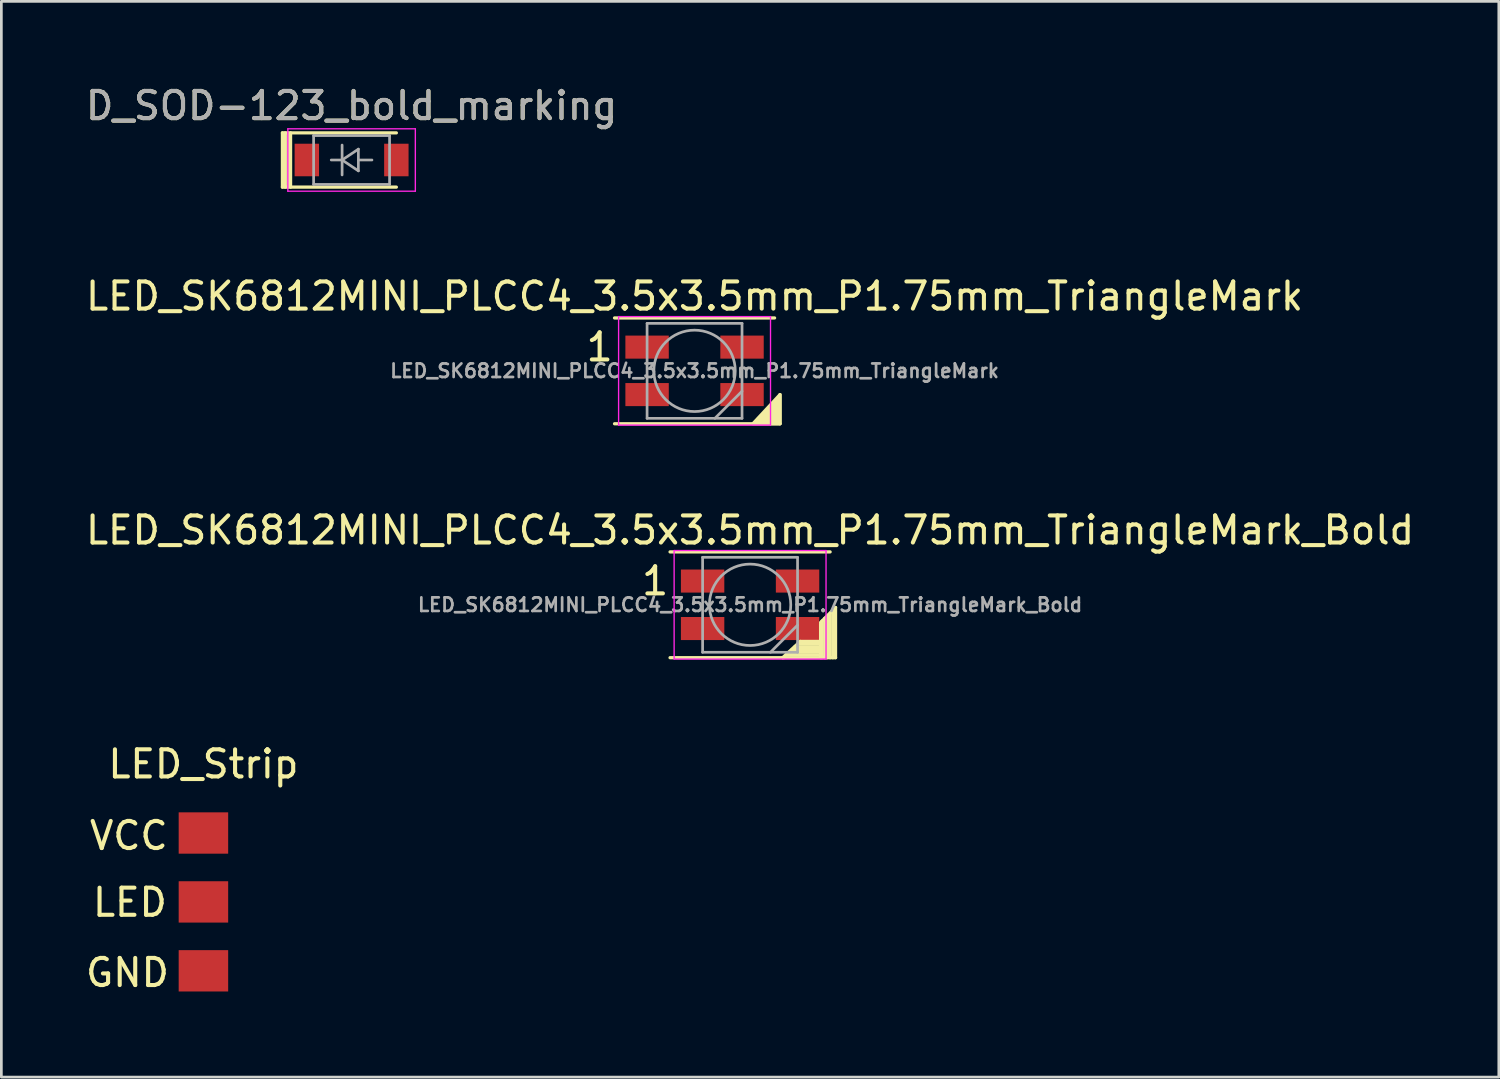
<source format=kicad_pcb>
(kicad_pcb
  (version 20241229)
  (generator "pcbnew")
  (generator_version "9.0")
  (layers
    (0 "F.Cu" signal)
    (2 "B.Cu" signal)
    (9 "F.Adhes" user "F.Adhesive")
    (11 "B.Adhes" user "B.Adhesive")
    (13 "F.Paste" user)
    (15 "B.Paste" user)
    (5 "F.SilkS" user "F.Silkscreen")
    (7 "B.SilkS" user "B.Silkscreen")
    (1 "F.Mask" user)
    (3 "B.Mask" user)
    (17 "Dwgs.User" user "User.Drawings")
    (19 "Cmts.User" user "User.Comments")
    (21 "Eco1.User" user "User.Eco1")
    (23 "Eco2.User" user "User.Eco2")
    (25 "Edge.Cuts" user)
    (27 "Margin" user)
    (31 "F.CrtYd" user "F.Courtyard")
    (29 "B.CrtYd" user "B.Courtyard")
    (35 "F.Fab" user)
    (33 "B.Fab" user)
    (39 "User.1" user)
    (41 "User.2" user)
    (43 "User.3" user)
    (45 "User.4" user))
  (footprint "LED_Strip"
    (layer "F.Cu")
    (at 4.449 27.658)
    (property "Reference" "LED_Strip" (at 0 -2.54 0) (layer "F.SilkS") (effects (font (size 1 1) (thickness 0.15))))
    (attr through_hole)
    (fp_text user "GND" (at -2.8 5.15 0) (layer "F.SilkS") (effects (font (size 1 1) (thickness 0.15))))
    (fp_text user "VCC" (at -2.75 0.1 0) (layer "F.SilkS") (effects (font (size 1 1) (thickness 0.15))))
    (fp_text user "LED" (at -2.71 2.56 0) (layer "F.SilkS") (effects (font (size 1 1) (thickness 0.15))))
    (pad "1" smd rect (at 0 0) (size 1.824 1.524) (layers "F.Cu" "F.Mask"))
    (pad "2" smd rect (at 0 2.54) (size 1.824 1.524) (layers "F.Cu" "F.Mask"))
    (pad "3" smd rect (at 0 5.08) (size 1.824 1.524) (layers "F.Cu" "F.Mask")))
  (footprint "D_SOD-123_bold_marking"
    (layer "F.Cu")
    (at 9.911 2.848)
    (property "Reference" "D_SOD-123_bold_marking" (at 0 -2 0) (layer "F.SilkS") (effects (font (size 1 1) (thickness 0.15))))
    (attr smd)
    (fp_line (start -2.55 -1) (end -2.55 1) (stroke (width 0.12) (type solid)) (layer "F.SilkS"))
    (fp_line (start -2.55 -1) (end 1.65 -1) (stroke (width 0.12) (type solid)) (layer "F.SilkS"))
    (fp_line (start -2.55 1) (end 1.65 1) (stroke (width 0.12) (type solid)) (layer "F.SilkS"))
    (fp_line (start -2.45 -1) (end -2.45 1) (stroke (width 0.12) (type solid)) (layer "F.SilkS"))
    (fp_line (start -2.35 -1) (end -2.35 1) (stroke (width 0.12) (type solid)) (layer "F.SilkS"))
    (fp_line (start -2.25 -1) (end -2.25 1) (stroke (width 0.12) (type solid)) (layer "F.SilkS"))
    (fp_line (start -2.35 -1.15) (end -2.35 1.15) (stroke (width 0.05) (type solid)) (layer "F.CrtYd"))
    (fp_line (start -2.35 -1.15) (end 2.35 -1.15) (stroke (width 0.05) (type solid)) (layer "F.CrtYd"))
    (fp_line (start 2.35 -1.15) (end 2.35 1.15) (stroke (width 0.05) (type solid)) (layer "F.CrtYd"))
    (fp_line (start 2.35 1.15) (end -2.35 1.15) (stroke (width 0.05) (type solid)) (layer "F.CrtYd"))
    (fp_line (start -1.4 -0.9) (end 1.4 -0.9) (stroke (width 0.1) (type solid)) (layer "F.Fab"))
    (fp_line (start -1.4 0.9) (end -1.4 -0.9) (stroke (width 0.1) (type solid)) (layer "F.Fab"))
    (fp_line (start -0.75 0) (end -0.35 0) (stroke (width 0.1) (type solid)) (layer "F.Fab"))
    (fp_line (start -0.35 0) (end -0.35 -0.55) (stroke (width 0.1) (type solid)) (layer "F.Fab"))
    (fp_line (start -0.35 0) (end -0.35 0.55) (stroke (width 0.1) (type solid)) (layer "F.Fab"))
    (fp_line (start -0.35 0) (end 0.25 -0.4) (stroke (width 0.1) (type solid)) (layer "F.Fab"))
    (fp_line (start 0.25 -0.4) (end 0.25 0.4) (stroke (width 0.1) (type solid)) (layer "F.Fab"))
    (fp_line (start 0.25 0) (end 0.75 0) (stroke (width 0.1) (type solid)) (layer "F.Fab"))
    (fp_line (start 0.25 0.4) (end -0.35 0) (stroke (width 0.1) (type solid)) (layer "F.Fab"))
    (fp_line (start 1.4 -0.9) (end 1.4 0.9) (stroke (width 0.1) (type solid)) (layer "F.Fab"))
    (fp_line (start 1.4 0.9) (end -1.4 0.9) (stroke (width 0.1) (type solid)) (layer "F.Fab"))
    (fp_text user "${REFERENCE}" (at 0 -2 0) (layer "F.Fab") (effects (font (size 1 1) (thickness 0.15))))
    (pad "1" smd rect (at -1.65 0) (size 0.9 1.2) (layers "F.Cu" "F.Mask" "F.Paste"))
    (pad "2" smd rect (at 1.65 0) (size 0.9 1.2) (layers "F.Cu" "F.Mask" "F.Paste")))
  (footprint "LED_SK6812MINI_PLCC4_3.5x3.5mm_P1.75mm_TriangleMark_Bold"
    (layer "F.Cu")
    (at 24.601 19.245)
    (property "Reference" "LED_SK6812MINI_PLCC4_3.5x3.5mm_P1.75mm_TriangleMark_Bold" (at 0 -2.75 0) (layer "F.SilkS") (effects (font (size 1 1) (thickness 0.15))))
    (attr smd)
    (fp_line (start -2.95 -1.95) (end 2.95 -1.95) (stroke (width 0.12) (type solid)) (layer "F.SilkS"))
    (fp_line (start -2.95 1.95) (end 3.15 1.95) (stroke (width 0.12) (type solid)) (layer "F.SilkS"))
    (fp_line (start 1.2 1.95) (end 1.25 1.95) (stroke (width 0.12) (type solid)) (layer "F.SilkS"))
    (fp_line (start 1.85 1.35) (end 1.2 1.95) (stroke (width 0.12) (type solid)) (layer "F.SilkS"))
    (fp_line (start 2.55 1.35) (end 1.85 1.35) (stroke (width 0.12) (type solid)) (layer "F.SilkS"))
    (fp_line (start 2.55 1.45) (end 1.75 1.45) (stroke (width 0.12) (type solid)) (layer "F.SilkS"))
    (fp_line (start 2.55 1.55) (end 1.65 1.55) (stroke (width 0.12) (type solid)) (layer "F.SilkS"))
    (fp_line (start 2.55 1.65) (end 1.55 1.65) (stroke (width 0.12) (type solid)) (layer "F.SilkS"))
    (fp_line (start 2.55 1.75) (end 1.45 1.75) (stroke (width 0.12) (type solid)) (layer "F.SilkS"))
    (fp_line (start 2.55 1.85) (end 1.35 1.85) (stroke (width 0.12) (type solid)) (layer "F.SilkS"))
    (fp_line (start 2.6 1.95) (end 2.6 0.7) (stroke (width 0.12) (type solid)) (layer "F.SilkS"))
    (fp_line (start 2.65 1.95) (end 2.65 0.6) (stroke (width 0.12) (type solid)) (layer "F.SilkS"))
    (fp_line (start 2.75 1.95) (end 2.75 0.5) (stroke (width 0.12) (type solid)) (layer "F.SilkS"))
    (fp_line (start 2.85 1.95) (end 2.85 0.45) (stroke (width 0.12) (type solid)) (layer "F.SilkS"))
    (fp_line (start 2.95 1.95) (end 2.95 0.35) (stroke (width 0.12) (type solid)) (layer "F.SilkS"))
    (fp_line (start 3.05 1.95) (end 3.05 0.25) (stroke (width 0.12) (type solid)) (layer "F.SilkS"))
    (fp_line (start 3.15 0.1) (end 2.6 0.65) (stroke (width 0.12) (type solid)) (layer "F.SilkS"))
    (fp_line (start 3.15 1.95) (end 3.15 0.1) (stroke (width 0.12) (type solid)) (layer "F.SilkS"))
    (fp_line (start -2.8 -2) (end -2.8 2) (stroke (width 0.05) (type solid)) (layer "F.CrtYd"))
    (fp_line (start -2.8 2) (end 2.8 2) (stroke (width 0.05) (type solid)) (layer "F.CrtYd"))
    (fp_line (start 2.8 -2) (end -2.8 -2) (stroke (width 0.05) (type solid)) (layer "F.CrtYd"))
    (fp_line (start 2.8 2) (end 2.8 -2) (stroke (width 0.05) (type solid)) (layer "F.CrtYd"))
    (fp_line (start -1.75 -1.75) (end -1.75 1.75) (stroke (width 0.1) (type solid)) (layer "F.Fab"))
    (fp_line (start -1.75 1.75) (end 1.75 1.75) (stroke (width 0.1) (type solid)) (layer "F.Fab"))
    (fp_line (start 1.75 -1.75) (end -1.75 -1.75) (stroke (width 0.1) (type solid)) (layer "F.Fab"))
    (fp_line (start 1.75 0.75) (end 0.75 1.75) (stroke (width 0.1) (type solid)) (layer "F.Fab"))
    (fp_line (start 1.75 1.75) (end 1.75 -1.75) (stroke (width 0.1) (type solid)) (layer "F.Fab"))
    (fp_circle (center 0 0) (end 0 -1.5) (stroke (width 0.1) (type solid)) (fill no) (layer "F.Fab"))
    (fp_text user "1" (at -3.5 -0.875 0) (layer "F.SilkS") (effects (font (size 1 1) (thickness 0.15))))
    (fp_text user "${REFERENCE}" (at 0 0 0) (layer "F.Fab") (effects (font (size 0.5 0.5) (thickness 0.1))))
    (pad "1" smd rect (at -1.75 -0.875) (size 1.6 0.85) (layers "F.Cu" "F.Mask" "F.Paste"))
    (pad "2" smd rect (at -1.75 0.875) (size 1.6 0.85) (layers "F.Cu" "F.Mask" "F.Paste"))
    (pad "3" smd rect (at 1.75 0.875) (size 1.6 0.85) (layers "F.Cu" "F.Mask" "F.Paste"))
    (pad "4" smd rect (at 1.75 -0.875) (size 1.6 0.85) (layers "F.Cu" "F.Mask" "F.Paste")))
  (footprint "LED_SK6812MINI_PLCC4_3.5x3.5mm_P1.75mm_TriangleMark"
    (layer "F.Cu")
    (at 22.554 10.621)
    (property "Reference" "LED_SK6812MINI_PLCC4_3.5x3.5mm_P1.75mm_TriangleMark" (at 0 -2.75 0) (layer "F.SilkS") (effects (font (size 1 1) (thickness 0.15))))
    (attr smd)
    (fp_line (start -2.95 -1.95) (end 2.95 -1.95) (stroke (width 0.12) (type solid)) (layer "F.SilkS"))
    (fp_line (start -2.95 1.95) (end 3.15 1.95) (stroke (width 0.12) (type solid)) (layer "F.SilkS"))
    (fp_line (start 3.15 1.95) (end 3.15 0.875) (stroke (width 0.12) (type solid)) (layer "F.SilkS"))
    (fp_poly (pts (xy 3.15 1.95) (xy 2.15 1.95) (xy 3.15 0.875)) (stroke (width 0.12) (type solid)) (fill yes) (layer "F.SilkS"))
    (fp_line (start -2.8 -2) (end -2.8 2) (stroke (width 0.05) (type solid)) (layer "F.CrtYd"))
    (fp_line (start -2.8 2) (end 2.8 2) (stroke (width 0.05) (type solid)) (layer "F.CrtYd"))
    (fp_line (start 2.8 -2) (end -2.8 -2) (stroke (width 0.05) (type solid)) (layer "F.CrtYd"))
    (fp_line (start 2.8 2) (end 2.8 -2) (stroke (width 0.05) (type solid)) (layer "F.CrtYd"))
    (fp_line (start -1.75 -1.75) (end -1.75 1.75) (stroke (width 0.1) (type solid)) (layer "F.Fab"))
    (fp_line (start -1.75 1.75) (end 1.75 1.75) (stroke (width 0.1) (type solid)) (layer "F.Fab"))
    (fp_line (start 1.75 -1.75) (end -1.75 -1.75) (stroke (width 0.1) (type solid)) (layer "F.Fab"))
    (fp_line (start 1.75 0.75) (end 0.75 1.75) (stroke (width 0.1) (type solid)) (layer "F.Fab"))
    (fp_line (start 1.75 1.75) (end 1.75 -1.75) (stroke (width 0.1) (type solid)) (layer "F.Fab"))
    (fp_circle (center 0 0) (end 0 -1.5) (stroke (width 0.1) (type solid)) (fill no) (layer "F.Fab"))
    (fp_text user "1" (at -3.5 -0.875 0) (layer "F.SilkS") (effects (font (size 1 1) (thickness 0.15))))
    (fp_text user "${REFERENCE}" (at 0 0 0) (layer "F.Fab") (effects (font (size 0.5 0.5) (thickness 0.1))))
    (pad "1" smd rect (at -1.75 -0.875) (size 1.6 0.85) (layers "F.Cu" "F.Mask" "F.Paste"))
    (pad "2" smd rect (at -1.75 0.875) (size 1.6 0.85) (layers "F.Cu" "F.Mask" "F.Paste"))
    (pad "3" smd rect (at 1.75 0.875) (size 1.6 0.85) (layers "F.Cu" "F.Mask" "F.Paste"))
    (pad "4" smd rect (at 1.75 -0.875) (size 1.6 0.85) (layers "F.Cu" "F.Mask" "F.Paste")))
  (gr_rect
    (start -3 -3)
    (end 52.202 36.656)
    (stroke (width 0.1) (type default))
    (fill no)
    (layer "Edge.Cuts")))
</source>
